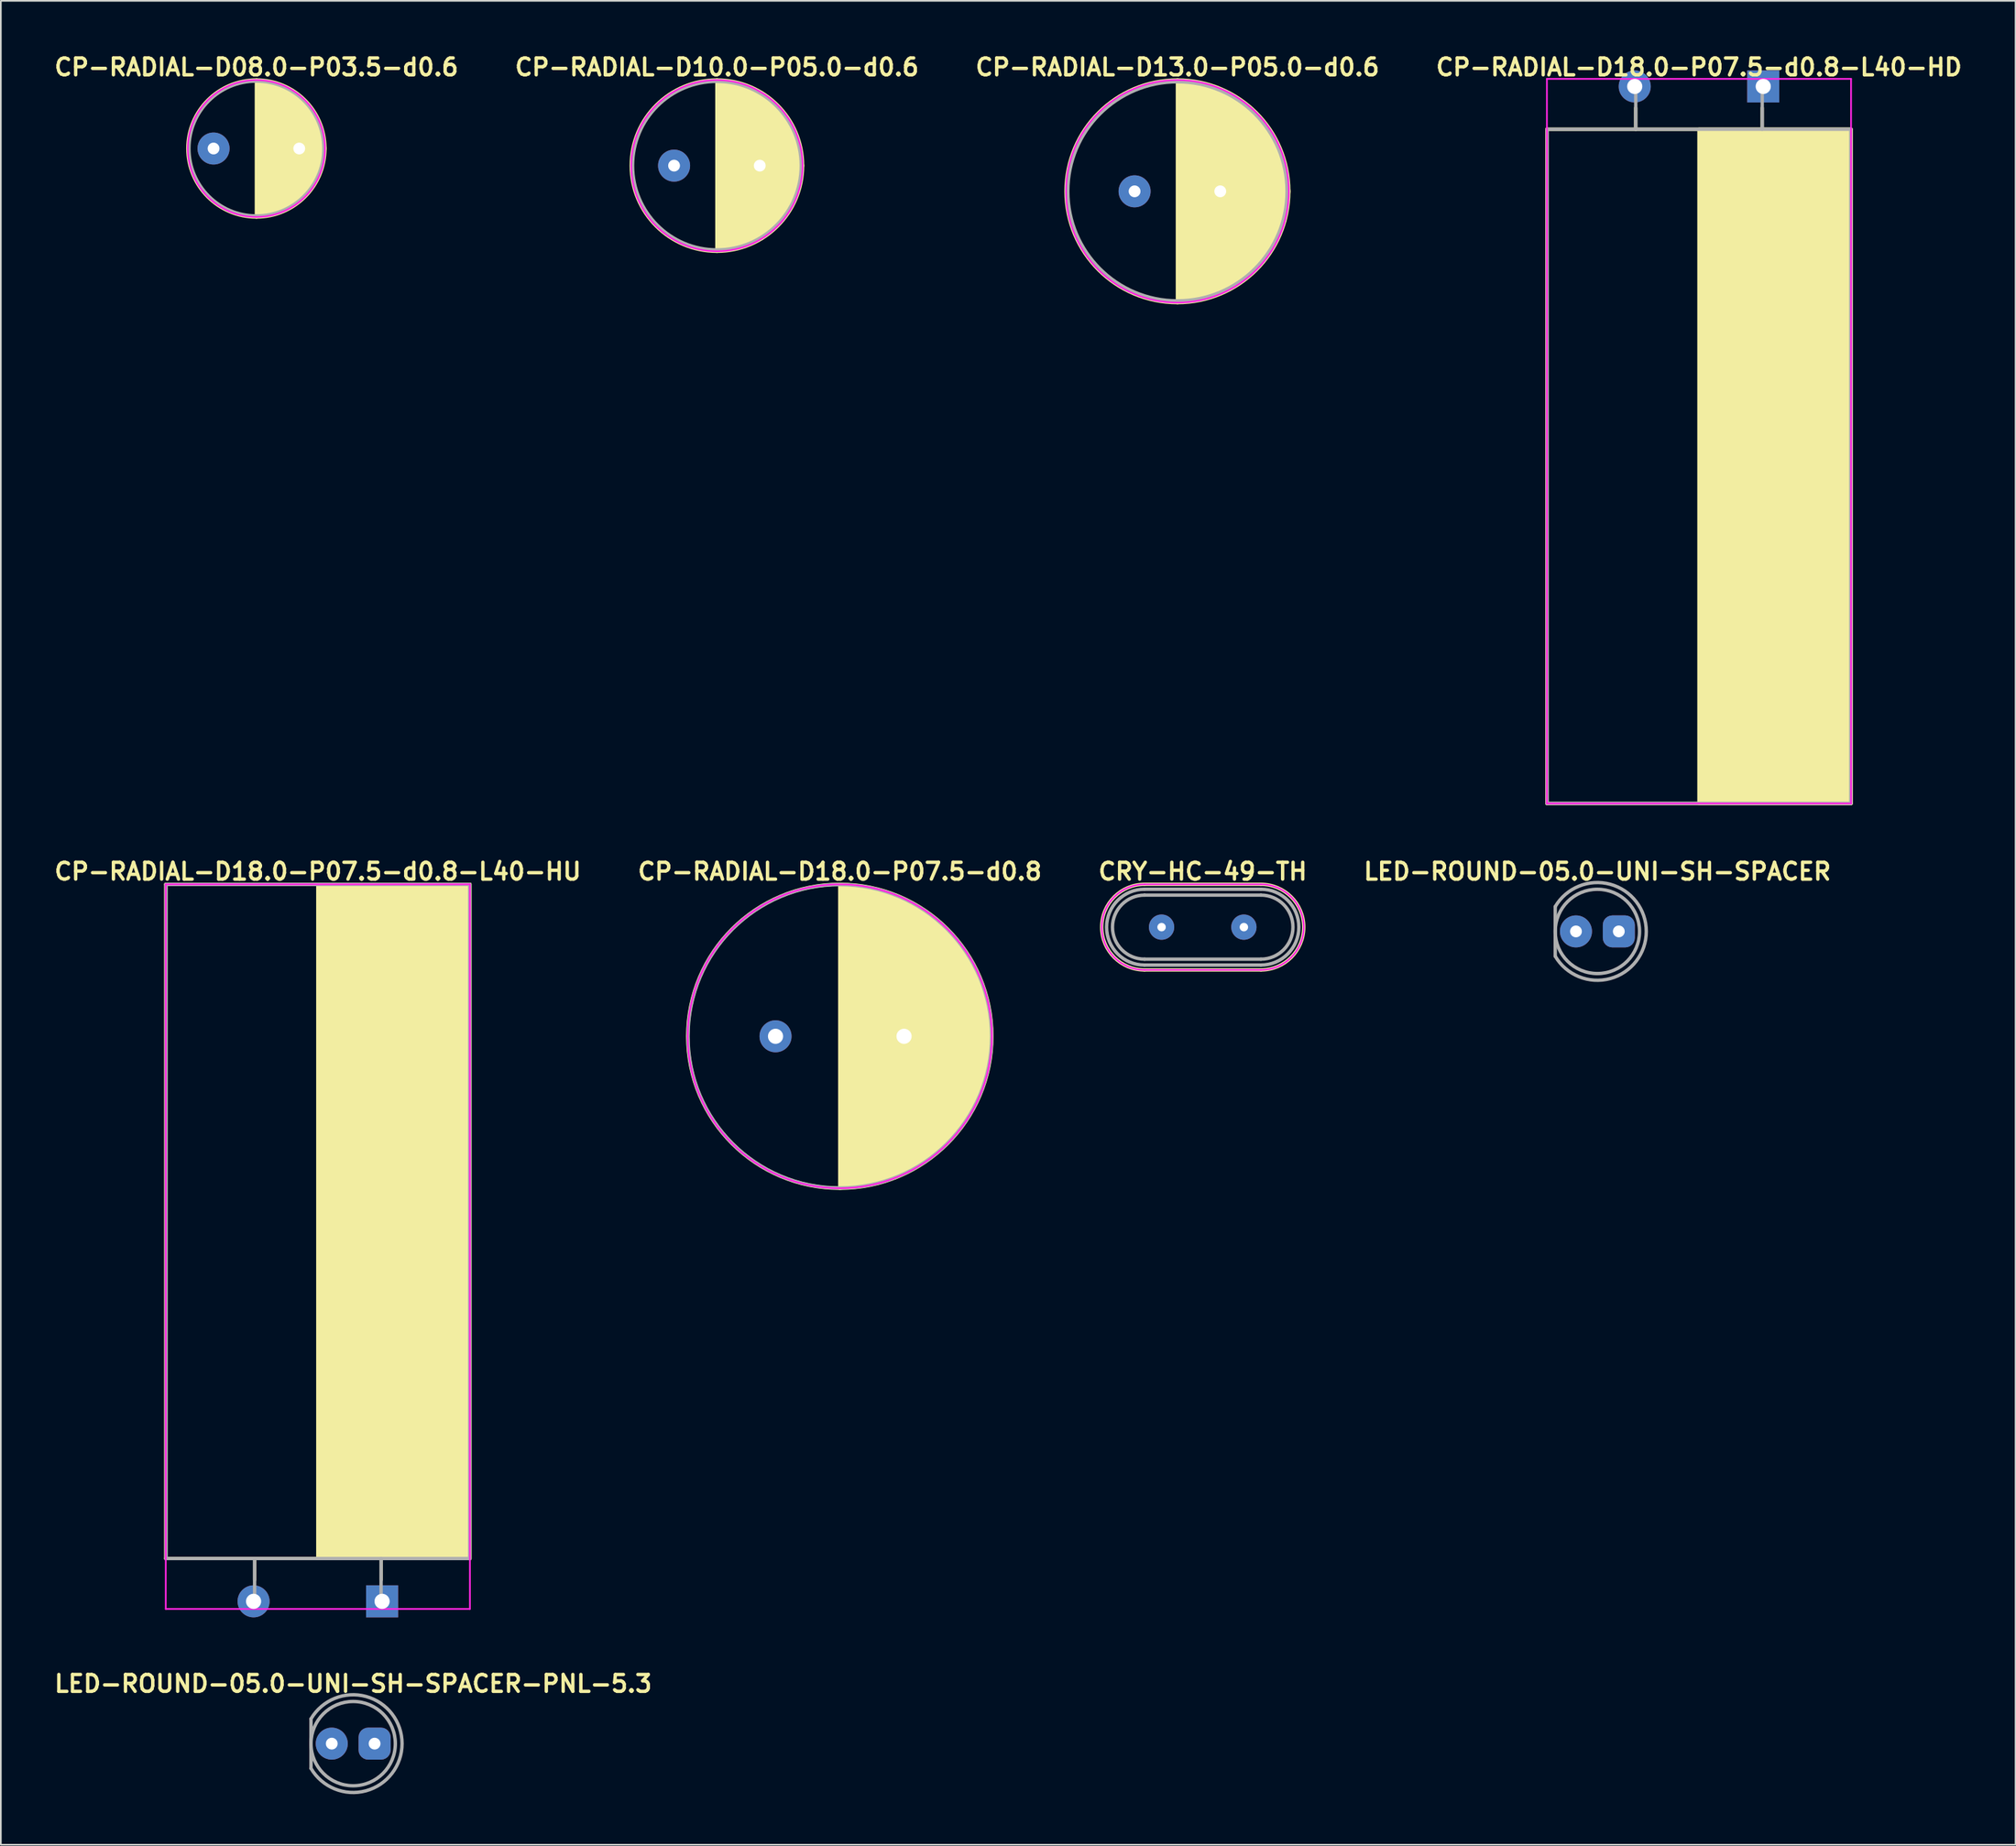
<source format=kicad_pcb>
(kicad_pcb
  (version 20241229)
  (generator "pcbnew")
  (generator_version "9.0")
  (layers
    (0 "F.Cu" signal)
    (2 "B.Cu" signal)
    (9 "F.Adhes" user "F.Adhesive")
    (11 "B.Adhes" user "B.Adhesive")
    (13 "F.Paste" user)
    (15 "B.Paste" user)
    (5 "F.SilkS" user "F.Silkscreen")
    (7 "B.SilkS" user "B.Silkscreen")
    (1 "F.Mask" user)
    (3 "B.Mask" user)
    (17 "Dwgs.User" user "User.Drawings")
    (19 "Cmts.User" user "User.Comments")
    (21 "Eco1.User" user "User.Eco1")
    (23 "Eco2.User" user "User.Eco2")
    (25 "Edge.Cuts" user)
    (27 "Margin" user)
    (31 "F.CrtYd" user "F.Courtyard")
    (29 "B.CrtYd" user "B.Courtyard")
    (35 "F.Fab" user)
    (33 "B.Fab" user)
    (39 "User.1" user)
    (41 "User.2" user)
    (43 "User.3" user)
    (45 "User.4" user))
  (footprint "CP-RADIAL-D10.0-P05.0-d0.6"
    (layer "F.Cu")
    (at 39.457 6.778)
    (property "Reference" "CP-RADIAL-D10.0-P05.0-d0.6" (at 0 -5.842 0) (layer "F.SilkS") (effects (font (size 1 1) (thickness 0.2))))
    (attr through_hole)
    (fp_circle (center 0 0) (end 5.08 0) (stroke (width 0.2) (type solid)) (fill no) (layer "F.SilkS"))
    (fp_poly (pts (xy 0 -5.08) (xy 2.667 -4.318) (xy 4.445 -2.413) (xy 5.08 0) (xy 4.445 2.413) (xy 2.667 4.318) (xy 0 5.08) (xy 0 0)) (stroke (width 0.2) (type solid)) (fill yes) (layer "F.SilkS"))
    (fp_circle (center 0 0) (end 5.08 0) (stroke (width 0.1) (type solid)) (fill no) (layer "F.CrtYd"))
    (fp_circle (center 0 0) (end 5 0) (stroke (width 0.2) (type solid)) (fill no) (layer "F.Fab"))
    (pad "+" thru_hole circle (at -2.54 0) (size 1.9 1.9) (drill 0.7) (layers "*.Cu" "*.Mask"))
    (pad "-" thru_hole rect (at 2.54 0) (size 1.9 1.9) (drill 0.7) (layers "*.Cu" "*.Mask")))
  (footprint "LED-ROUND-05.0-UNI-SH-SPACER-PNL-5.3"
    (layer "F.Cu")
    (at 17.89 100.409)
    (property "Reference" "LED-ROUND-05.0-UNI-SH-SPACER-PNL-5.3" (at 0 -3.556 0) (layer "F.SilkS") (effects (font (size 1 1) (thickness 0.2))))
    (attr through_hole)
    (fp_circle (center 0 0) (end 2.65 0) (stroke (width 0.4) (type solid)) (fill no) (layer "Eco1.User"))
    (fp_line (start -2.5 -1.467) (end -2.5 1.467) (stroke (width 0.2) (type solid)) (layer "F.Fab"))
    (fp_arc (start -2.500016 -1.469666) (mid 2.9 -0.000016) (end -2.5 1.469694) (stroke (width 0.2) (type solid)) (layer "F.Fab"))
    (fp_circle (center 0 0) (end 2.5 0) (stroke (width 0.2) (type solid)) (fill no) (layer "F.Fab"))
    (pad "A" thru_hole roundrect (at 1.27 0) (size 1.9 1.9) (drill 0.7) (layers "*.Cu" "*.Mask") (roundrect_rratio 0.3))
    (pad "C" thru_hole circle (at -1.27 0) (size 1.9 1.9) (drill 0.7) (layers "*.Cu" "*.Mask")))
  (footprint "CP-RADIAL-D18.0-P07.5-d0.8-L40-HU"
    (layer "F.Cu")
    (at 15.795 91.967)
    (property "Reference" "CP-RADIAL-D18.0-P07.5-d0.8-L40-HU" (at 0 -43.307 0) (layer "F.SilkS") (effects (font (size 1 1) (thickness 0.2))))
    (attr through_hole)
    (fp_line (start -9.017 -42.545) (end -9.017 -2.54) (stroke (width 0.2) (type solid)) (layer "F.SilkS"))
    (fp_line (start -9.017 -42.545) (end 9.017 -42.545) (stroke (width 0.2) (type solid)) (layer "F.SilkS"))
    (fp_line (start -9.017 -2.54) (end 9.017 -2.54) (stroke (width 0.2) (type solid)) (layer "F.SilkS"))
    (fp_line (start -3.75 -2.54) (end -3.75 -1.27) (stroke (width 0.2) (type solid)) (layer "F.SilkS"))
    (fp_line (start 3.75 -2.54) (end 3.75 -1.27) (stroke (width 0.2) (type solid)) (layer "F.SilkS"))
    (fp_line (start 9.017 -42.545) (end 9.017 -2.54) (stroke (width 0.2) (type solid)) (layer "F.SilkS"))
    (fp_poly (pts (xy 0 -42.545) (xy 9.017 -42.545) (xy 9.017 -2.54) (xy 0 -2.54)) (stroke (width 0.2) (type solid)) (fill yes) (layer "F.SilkS"))
    (fp_line (start -9.017 -42.545) (end -9.017 0.45) (stroke (width 0.1) (type solid)) (layer "F.CrtYd"))
    (fp_line (start -9.017 -42.545) (end 9.017 -42.545) (stroke (width 0.1) (type solid)) (layer "F.CrtYd"))
    (fp_line (start -9.017 0.45) (end 9.017 0.45) (stroke (width 0.1) (type solid)) (layer "F.CrtYd"))
    (fp_line (start 9.017 -42.545) (end 9.017 0.45) (stroke (width 0.1) (type solid)) (layer "F.CrtYd"))
    (fp_line (start -9 -42.54) (end -9 -2.54) (stroke (width 0.2) (type solid)) (layer "F.Fab"))
    (fp_line (start -9 -42.54) (end 9 -42.54) (stroke (width 0.2) (type solid)) (layer "F.Fab"))
    (fp_line (start -9 -2.54) (end 9 -2.54) (stroke (width 0.2) (type solid)) (layer "F.Fab"))
    (fp_line (start -3.75 -2.54) (end -3.75 0) (stroke (width 0.2) (type solid)) (layer "F.Fab"))
    (fp_line (start 3.75 -2.54) (end 3.75 0) (stroke (width 0.2) (type solid)) (layer "F.Fab"))
    (fp_line (start 9 -42.54) (end 9 -2.54) (stroke (width 0.2) (type solid)) (layer "F.Fab"))
    (pad "+" thru_hole circle (at -3.81 0) (size 1.9 1.9) (drill 0.9) (layers "*.Cu" "*.Mask"))
    (pad "-" thru_hole rect (at 3.81 0) (size 1.9 1.9) (drill 0.9) (layers "*.Cu" "*.Mask")))
  (footprint "CP-RADIAL-D18.0-P07.5-d0.8"
    (layer "F.Cu")
    (at 46.743 58.439)
    (property "Reference" "CP-RADIAL-D18.0-P07.5-d0.8" (at 0 -9.779 0) (layer "F.SilkS") (effects (font (size 1 1) (thickness 0.2))))
    (attr through_hole)
    (fp_circle (center 0 0) (end 9.017 0) (stroke (width 0.2) (type solid)) (fill no) (layer "F.SilkS"))
    (fp_poly (pts (xy 0 -9.017) (xy 3.302 -8.382) (xy 5.969 -6.731) (xy 7.874 -4.318) (xy 8.89 -1.27) (xy 8.89 1.27) (xy 7.874 4.318) (xy 5.969 6.731) (xy 3.302 8.382) (xy 0 9.017)) (stroke (width 0.2) (type solid)) (fill yes) (layer "F.SilkS"))
    (fp_circle (center 0 0) (end 9.017 0) (stroke (width 0.1) (type solid)) (fill no) (layer "F.CrtYd"))
    (fp_circle (center 0 0) (end 9 0) (stroke (width 0.2) (type solid)) (fill no) (layer "F.Fab"))
    (pad "+" thru_hole circle (at -3.81 0) (size 1.9 1.9) (drill 0.9) (layers "*.Cu" "*.Mask"))
    (pad "-" thru_hole rect (at 3.81 0) (size 1.9 1.9) (drill 0.9) (layers "*.Cu" "*.Mask")))
  (footprint "LED-ROUND-05.0-UNI-SH-SPACER"
    (layer "F.Cu")
    (at 91.662 52.216)
    (property "Reference" "LED-ROUND-05.0-UNI-SH-SPACER" (at 0 -3.556 0) (layer "F.SilkS") (effects (font (size 1 1) (thickness 0.2))))
    (attr through_hole)
    (fp_line (start -2.5 -1.467) (end -2.5 1.467) (stroke (width 0.2) (type solid)) (layer "F.Fab"))
    (fp_arc (start -2.500016 -1.469666) (mid 2.9 -0.000016) (end -2.5 1.469694) (stroke (width 0.2) (type solid)) (layer "F.Fab"))
    (fp_circle (center 0 0) (end 2.5 0) (stroke (width 0.2) (type solid)) (fill no) (layer "F.Fab"))
    (pad "A" thru_hole roundrect (at 1.27 0) (size 1.9 1.9) (drill 0.7) (layers "*.Cu" "*.Mask") (roundrect_rratio 0.3))
    (pad "C" thru_hole circle (at -1.27 0) (size 1.9 1.9) (drill 0.7) (layers "*.Cu" "*.Mask")))
  (footprint "CRY-HC-49-TH"
    (layer "F.Cu")
    (at 68.262 51.962)
    (property "Reference" "CRY-HC-49-TH" (at 0 -3.302 0) (layer "F.SilkS") (effects (font (size 1 1) (thickness 0.2))))
    (attr through_hole)
    (fp_line (start -3.45 -2.54) (end 3.45 -2.54) (stroke (width 0.2) (type solid)) (layer "F.SilkS"))
    (fp_line (start -3.45 2.54) (end 3.45 2.54) (stroke (width 0.2) (type solid)) (layer "F.SilkS"))
    (fp_arc (start -3.45 2.54) (mid -5.99 0) (end -3.45 -2.54) (stroke (width 0.2) (type solid)) (layer "F.SilkS"))
    (fp_arc (start 3.45 -2.54) (mid 5.99 0) (end 3.45 2.54) (stroke (width 0.2) (type solid)) (layer "F.SilkS"))
    (fp_line (start -3.45 -2.54) (end 3.45 -2.54) (stroke (width 0.1) (type solid)) (layer "F.CrtYd"))
    (fp_line (start -3.45 2.54) (end 3.45 2.54) (stroke (width 0.1) (type solid)) (layer "F.CrtYd"))
    (fp_arc (start -3.45 2.54) (mid -5.99 0) (end -3.45 -2.54) (stroke (width 0.1) (type solid)) (layer "F.CrtYd"))
    (fp_arc (start 3.45 -2.54) (mid 5.99 0) (end 3.45 2.54) (stroke (width 0.1) (type solid)) (layer "F.CrtYd"))
    (fp_line (start -3.45 -2.25) (end 3.45 -2.25) (stroke (width 0.2) (type solid)) (layer "F.Fab"))
    (fp_line (start -3.45 -1.9) (end 3.45 -1.9) (stroke (width 0.2) (type solid)) (layer "F.Fab"))
    (fp_line (start -3.45 1.9) (end 3.45 1.9) (stroke (width 0.2) (type solid)) (layer "F.Fab"))
    (fp_line (start -3.45 2.25) (end 3.45 2.25) (stroke (width 0.2) (type solid)) (layer "F.Fab"))
    (fp_arc (start -3.45 1.9) (mid -5.35 0) (end -3.45 -1.9) (stroke (width 0.2) (type solid)) (layer "F.Fab"))
    (fp_arc (start -3.45 2.25) (mid -5.7 0) (end -3.45 -2.25) (stroke (width 0.2) (type solid)) (layer "F.Fab"))
    (fp_arc (start 3.45 -2.25) (mid 5.7 0) (end 3.45 2.25) (stroke (width 0.2) (type solid)) (layer "F.Fab"))
    (fp_arc (start 3.45 -1.9) (mid 5.35 0) (end 3.45 1.9) (stroke (width 0.2) (type solid)) (layer "F.Fab"))
    (pad "1" thru_hole circle (at -2.44 0) (size 1.5 1.5) (drill 0.5) (layers "*.Cu" "*.Mask"))
    (pad "2" thru_hole circle (at 2.44 0) (size 1.5 1.5) (drill 0.5) (layers "*.Cu" "*.Mask")))
  (footprint "CP-RADIAL-D08.0-P03.5-d0.6"
    (layer "F.Cu")
    (at 12.152 5.762)
    (property "Reference" "CP-RADIAL-D08.0-P03.5-d0.6" (at 0 -4.826 0) (layer "F.SilkS") (effects (font (size 1 1) (thickness 0.2))))
    (attr through_hole)
    (fp_circle (center 0 0) (end 4.064 0) (stroke (width 0.2) (type solid)) (fill no) (layer "F.SilkS"))
    (fp_poly (pts (xy 0 -4.064) (xy 2.159 -3.429) (xy 3.683 -1.651) (xy 4.064 0) (xy 3.683 1.651) (xy 2.159 3.429) (xy 0 4.064)) (stroke (width 0.2) (type solid)) (fill yes) (layer "F.SilkS"))
    (fp_circle (center 0 0) (end 4.064 0) (stroke (width 0.1) (type solid)) (fill no) (layer "F.CrtYd"))
    (fp_circle (center 0 0) (end 4 0) (stroke (width 0.2) (type solid)) (fill no) (layer "F.Fab"))
    (pad "+" thru_hole circle (at -2.54 0) (size 1.9 1.9) (drill 0.7) (layers "*.Cu" "*.Mask"))
    (pad "-" thru_hole rect (at 2.54 0) (size 1.9 1.9) (drill 0.7) (layers "*.Cu" "*.Mask")))
  (footprint "CP-RADIAL-D13.0-P05.0-d0.6"
    (layer "F.Cu")
    (at 66.762 8.302)
    (property "Reference" "CP-RADIAL-D13.0-P05.0-d0.6" (at 0 -7.366 0) (layer "F.SilkS") (effects (font (size 1 1) (thickness 0.2))))
    (attr through_hole)
    (fp_circle (center 0 0) (end 6.604 0) (stroke (width 0.2) (type solid)) (fill no) (layer "F.SilkS"))
    (fp_poly (pts (xy 0 -6.604) (xy 3.048 -5.842) (xy 5.08 -4.191) (xy 6.35 -1.651) (xy 6.604 0) (xy 6.35 1.778) (xy 5.08 4.191) (xy 3.048 5.842) (xy 0 6.604)) (stroke (width 0.2) (type solid)) (fill yes) (layer "F.SilkS"))
    (fp_circle (center 0 0) (end 6.604 0) (stroke (width 0.1) (type solid)) (fill no) (layer "F.CrtYd"))
    (fp_circle (center 0 0) (end 6.5 0) (stroke (width 0.2) (type solid)) (fill no) (layer "F.Fab"))
    (pad "+" thru_hole circle (at -2.54 0) (size 1.9 1.9) (drill 0.7) (layers "*.Cu" "*.Mask"))
    (pad "-" thru_hole rect (at 2.54 0) (size 1.9 1.9) (drill 0.7) (layers "*.Cu" "*.Mask")))
  (footprint "CP-RADIAL-D18.0-P07.5-d0.8-L40-HD"
    (layer "F.Cu")
    (at 97.686 2.079)
    (property "Reference" "CP-RADIAL-D18.0-P07.5-d0.8-L40-HD" (at 0 -1.143 0) (layer "F.SilkS") (effects (font (size 1 1) (thickness 0.2))))
    (attr through_hole)
    (fp_line (start -9.017 2.54) (end 9.017 2.54) (stroke (width 0.2) (type solid)) (layer "F.SilkS"))
    (fp_line (start -9.017 42.545) (end -9.017 2.54) (stroke (width 0.2) (type solid)) (layer "F.SilkS"))
    (fp_line (start -9.017 42.545) (end 9.017 42.545) (stroke (width 0.2) (type solid)) (layer "F.SilkS"))
    (fp_line (start -3.75 2.54) (end -3.75 1.27) (stroke (width 0.2) (type solid)) (layer "F.SilkS"))
    (fp_line (start 3.75 2.54) (end 3.75 1.27) (stroke (width 0.2) (type solid)) (layer "F.SilkS"))
    (fp_line (start 9.017 42.545) (end 9.017 2.54) (stroke (width 0.2) (type solid)) (layer "F.SilkS"))
    (fp_poly (pts (xy 0 2.54) (xy 9.017 2.54) (xy 9.017 42.545) (xy 0 42.54)) (stroke (width 0.2) (type solid)) (fill yes) (layer "F.SilkS"))
    (fp_line (start -9.017 -0.45) (end 9.017 -0.45) (stroke (width 0.1) (type solid)) (layer "F.CrtYd"))
    (fp_line (start -9.017 42.545) (end -9.017 -0.45) (stroke (width 0.1) (type solid)) (layer "F.CrtYd"))
    (fp_line (start -9.017 42.545) (end 9.017 42.545) (stroke (width 0.1) (type solid)) (layer "F.CrtYd"))
    (fp_line (start 9.017 42.545) (end 9.017 -0.45) (stroke (width 0.1) (type solid)) (layer "F.CrtYd"))
    (fp_line (start -9 2.54) (end 9 2.54) (stroke (width 0.2) (type solid)) (layer "F.Fab"))
    (fp_line (start -9 42.54) (end -9 2.54) (stroke (width 0.2) (type solid)) (layer "F.Fab"))
    (fp_line (start -9 42.54) (end 9 42.54) (stroke (width 0.2) (type solid)) (layer "F.Fab"))
    (fp_line (start -3.75 2.54) (end -3.75 0) (stroke (width 0.2) (type solid)) (layer "F.Fab"))
    (fp_line (start 3.75 2.54) (end 3.75 0) (stroke (width 0.2) (type solid)) (layer "F.Fab"))
    (fp_line (start 9 42.54) (end 9 2.54) (stroke (width 0.2) (type solid)) (layer "F.Fab"))
    (pad "+" thru_hole circle (at -3.81 0) (size 1.9 1.9) (drill 0.9) (layers "*.Cu" "*.Mask"))
    (pad "-" thru_hole rect (at 3.81 0) (size 1.9 1.9) (drill 0.9) (layers "*.Cu" "*.Mask")))
  (gr_rect
    (start -3 -3)
    (end 116.457 106.409)
    (stroke (width 0.1) (type default))
    (fill no)
    (layer "Edge.Cuts")))
</source>
